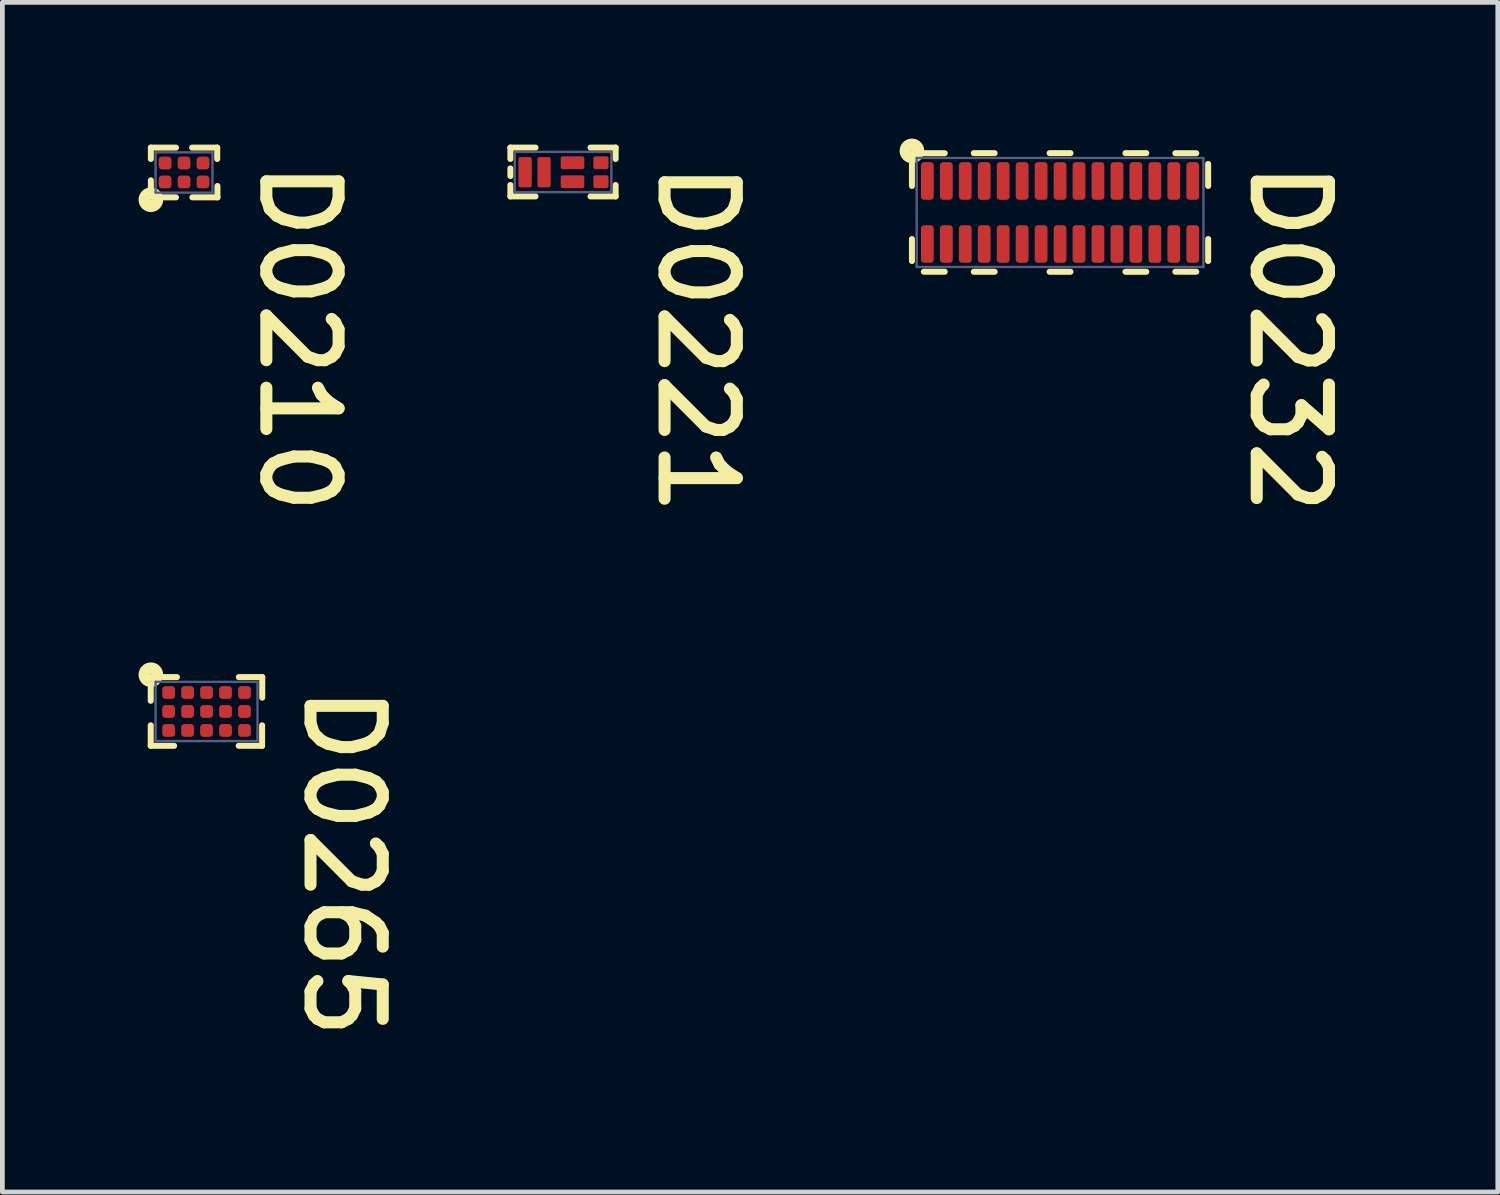
<source format=kicad_pcb>
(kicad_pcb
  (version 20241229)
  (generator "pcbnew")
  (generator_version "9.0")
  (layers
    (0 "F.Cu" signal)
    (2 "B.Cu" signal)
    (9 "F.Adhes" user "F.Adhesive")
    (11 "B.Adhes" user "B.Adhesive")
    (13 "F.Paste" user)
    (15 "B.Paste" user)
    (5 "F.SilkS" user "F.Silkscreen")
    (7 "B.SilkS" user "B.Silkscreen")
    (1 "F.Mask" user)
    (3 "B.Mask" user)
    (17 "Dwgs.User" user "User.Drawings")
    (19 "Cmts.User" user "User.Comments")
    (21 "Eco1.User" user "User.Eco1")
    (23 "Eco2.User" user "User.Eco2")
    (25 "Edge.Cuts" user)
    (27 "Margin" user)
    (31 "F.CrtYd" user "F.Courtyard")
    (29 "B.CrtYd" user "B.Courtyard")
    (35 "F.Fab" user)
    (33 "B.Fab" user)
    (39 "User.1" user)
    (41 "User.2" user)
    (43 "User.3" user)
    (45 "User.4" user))
  (footprint "D0265"
    (layer "F.Cu")
    (at 1.308 11.961)
    (property "Reference" "D0265" (at 1.994 -0.648 270) (unlocked yes) (layer "F.SilkS") (effects (font (size 1.524 1.524) (thickness 0.254)) (justify left bottom)))
    (attr smd)
    (fp_circle (center -0.8 -0.4) (end -0.75 -0.4) (stroke (width 0.1) (type solid)) (fill yes) (layer "F.Mask"))
    (fp_circle (center -0.8 0) (end -0.75 0) (stroke (width 0.1) (type solid)) (fill yes) (layer "F.Mask"))
    (fp_circle (center -0.8 0.4) (end -0.75 0.4) (stroke (width 0.1) (type solid)) (fill yes) (layer "F.Mask"))
    (fp_circle (center -0.4 -0.4) (end -0.35 -0.4) (stroke (width 0.1) (type solid)) (fill yes) (layer "F.Mask"))
    (fp_circle (center -0.4 0) (end -0.35 0) (stroke (width 0.1) (type solid)) (fill yes) (layer "F.Mask"))
    (fp_circle (center -0.4 0.4) (end -0.35 0.4) (stroke (width 0.1) (type solid)) (fill yes) (layer "F.Mask"))
    (fp_circle (center 0 -0.4) (end 0.05 -0.4) (stroke (width 0.1) (type solid)) (fill yes) (layer "F.Mask"))
    (fp_circle (center 0 0) (end 0.05 0) (stroke (width 0.1) (type solid)) (fill yes) (layer "F.Mask"))
    (fp_circle (center 0 0.4) (end 0.05 0.4) (stroke (width 0.1) (type solid)) (fill yes) (layer "F.Mask"))
    (fp_circle (center 0.4 -0.4) (end 0.45 -0.4) (stroke (width 0.1) (type solid)) (fill yes) (layer "F.Mask"))
    (fp_circle (center 0.4 0) (end 0.45 0) (stroke (width 0.1) (type solid)) (fill yes) (layer "F.Mask"))
    (fp_circle (center 0.4 0.4) (end 0.45 0.4) (stroke (width 0.1) (type solid)) (fill yes) (layer "F.Mask"))
    (fp_circle (center 0.8 -0.4) (end 0.85 -0.4) (stroke (width 0.1) (type solid)) (fill yes) (layer "F.Mask"))
    (fp_circle (center 0.8 0) (end 0.85 0) (stroke (width 0.1) (type solid)) (fill yes) (layer "F.Mask"))
    (fp_circle (center 0.8 0.4) (end 0.85 0.4) (stroke (width 0.1) (type solid)) (fill yes) (layer "F.Mask"))
    (fp_line (start -1.178 -0.5) (end -1.178 -0.225) (stroke (width 0.127) (type solid)) (layer "F.SilkS"))
    (fp_line (start -1.178 0.292) (end -1.178 0.725) (stroke (width 0.127) (type solid)) (layer "F.SilkS"))
    (fp_line (start -1.178 0.725) (end -0.684 0.725) (stroke (width 0.127) (type solid)) (layer "F.SilkS"))
    (fp_line (start -0.925 -0.725) (end -0.625 -0.725) (stroke (width 0.127) (type solid)) (layer "F.SilkS"))
    (fp_line (start 0.678 0.725) (end 1.172 0.725) (stroke (width 0.127) (type solid)) (layer "F.SilkS"))
    (fp_line (start 0.681 -0.725) (end 1.175 -0.725) (stroke (width 0.127) (type solid)) (layer "F.SilkS"))
    (fp_line (start 1.172 0.292) (end 1.172 0.725) (stroke (width 0.127) (type solid)) (layer "F.SilkS"))
    (fp_line (start 1.175 -0.725) (end 1.175 -0.292) (stroke (width 0.127) (type solid)) (layer "F.SilkS"))
    (fp_circle (center -1.175 -0.775) (end -1.169 -0.775) (stroke (width 0.254) (type solid)) (fill no) (layer "F.SilkS"))
    (fp_line (start -1.075 -0.625) (end -1.075 0.625) (stroke (width 0.05) (type solid)) (layer "B.Fab"))
    (fp_line (start -1.075 -0.625) (end 1.075 -0.625) (stroke (width 0.05) (type solid)) (layer "B.Fab"))
    (fp_line (start -1.075 0.625) (end 1.075 0.625) (stroke (width 0.05) (type solid)) (layer "B.Fab"))
    (fp_line (start 1.075 -0.625) (end 1.075 0.625) (stroke (width 0.05) (type solid)) (layer "B.Fab"))
    (pad "A1" smd roundrect (at -0.8 -0.4 180) (size 0.27 0.27) (layers "F.Cu" "F.Mask" "F.Paste") (roundrect_rratio 0.25))
    (pad "A2" smd roundrect (at -0.4 -0.4 180) (size 0.27 0.27) (layers "F.Cu" "F.Mask" "F.Paste") (roundrect_rratio 0.25))
    (pad "A3" smd roundrect (at 0 -0.4 180) (size 0.27 0.27) (layers "F.Cu" "F.Mask" "F.Paste") (roundrect_rratio 0.25))
    (pad "A4" smd roundrect (at 0.4 -0.4 180) (size 0.27 0.27) (layers "F.Cu" "F.Mask" "F.Paste") (roundrect_rratio 0.25))
    (pad "A5" smd roundrect (at 0.8 -0.4 180) (size 0.27 0.27) (layers "F.Cu" "F.Mask" "F.Paste") (roundrect_rratio 0.25))
    (pad "B1" smd roundrect (at -0.8 0 180) (size 0.27 0.27) (layers "F.Cu" "F.Mask" "F.Paste") (roundrect_rratio 0.25))
    (pad "B2" smd roundrect (at -0.4 0 180) (size 0.27 0.27) (layers "F.Cu" "F.Mask" "F.Paste") (roundrect_rratio 0.25))
    (pad "B3" smd roundrect (at 0 0 180) (size 0.27 0.27) (layers "F.Cu" "F.Mask" "F.Paste") (roundrect_rratio 0.25))
    (pad "B4" smd roundrect (at 0.4 0 180) (size 0.27 0.27) (layers "F.Cu" "F.Mask" "F.Paste") (roundrect_rratio 0.25))
    (pad "B5" smd roundrect (at 0.8 0 180) (size 0.27 0.27) (layers "F.Cu" "F.Mask" "F.Paste") (roundrect_rratio 0.25))
    (pad "C1" smd roundrect (at -0.8 0.4 180) (size 0.27 0.27) (layers "F.Cu" "F.Mask" "F.Paste") (roundrect_rratio 0.25))
    (pad "C2" smd roundrect (at -0.4 0.4 180) (size 0.27 0.27) (layers "F.Cu" "F.Mask" "F.Paste") (roundrect_rratio 0.25))
    (pad "C3" smd roundrect (at 0 0.4 180) (size 0.27 0.27) (layers "F.Cu" "F.Mask" "F.Paste") (roundrect_rratio 0.25))
    (pad "C4" smd roundrect (at 0.4 0.4 180) (size 0.27 0.27) (layers "F.Cu" "F.Mask" "F.Paste") (roundrect_rratio 0.25))
    (pad "C5" smd roundrect (at 0.8 0.4 180) (size 0.27 0.27) (layers "F.Cu" "F.Mask" "F.Paste") (roundrect_rratio 0.25)))
  (footprint "D0232"
    (layer "F.Cu")
    (at 19.316 1.433)
    (property "Reference" "D0232" (at 3.95 -1.181 270) (unlocked yes) (layer "F.SilkS") (effects (font (size 1.524 1.524) (thickness 0.254)) (justify left bottom)))
    (attr smd)
    (fp_line (start -2.8 -0.925) (end -2.8 -0.405) (stroke (width 0.18) (type solid)) (layer "F.Mask"))
    (fp_line (start -2.8 0.925) (end -2.8 0.405) (stroke (width 0.18) (type solid)) (layer "F.Mask"))
    (fp_line (start -2.4 -0.925) (end -2.4 -0.405) (stroke (width 0.18) (type solid)) (layer "F.Mask"))
    (fp_line (start -2.4 0.925) (end -2.4 0.405) (stroke (width 0.18) (type solid)) (layer "F.Mask"))
    (fp_line (start -2 -0.925) (end -2 -0.405) (stroke (width 0.18) (type solid)) (layer "F.Mask"))
    (fp_line (start -2 0.925) (end -2 0.405) (stroke (width 0.18) (type solid)) (layer "F.Mask"))
    (fp_line (start -1.6 -0.925) (end -1.6 -0.405) (stroke (width 0.18) (type solid)) (layer "F.Mask"))
    (fp_line (start -1.6 0.925) (end -1.6 0.405) (stroke (width 0.18) (type solid)) (layer "F.Mask"))
    (fp_line (start -1.2 -0.925) (end -1.2 -0.405) (stroke (width 0.18) (type solid)) (layer "F.Mask"))
    (fp_line (start -1.2 0.925) (end -1.2 0.405) (stroke (width 0.18) (type solid)) (layer "F.Mask"))
    (fp_line (start -0.8 -0.925) (end -0.8 -0.405) (stroke (width 0.18) (type solid)) (layer "F.Mask"))
    (fp_line (start -0.8 0.925) (end -0.8 0.405) (stroke (width 0.18) (type solid)) (layer "F.Mask"))
    (fp_line (start -0.4 -0.925) (end -0.4 -0.405) (stroke (width 0.18) (type solid)) (layer "F.Mask"))
    (fp_line (start -0.4 0.925) (end -0.4 0.405) (stroke (width 0.18) (type solid)) (layer "F.Mask"))
    (fp_line (start 0 -0.925) (end 0 -0.405) (stroke (width 0.18) (type solid)) (layer "F.Mask"))
    (fp_line (start 0 0.925) (end 0 0.405) (stroke (width 0.18) (type solid)) (layer "F.Mask"))
    (fp_line (start 0.4 -0.925) (end 0.4 -0.405) (stroke (width 0.18) (type solid)) (layer "F.Mask"))
    (fp_line (start 0.4 0.925) (end 0.4 0.405) (stroke (width 0.18) (type solid)) (layer "F.Mask"))
    (fp_line (start 0.8 -0.925) (end 0.8 -0.405) (stroke (width 0.18) (type solid)) (layer "F.Mask"))
    (fp_line (start 0.8 0.925) (end 0.8 0.405) (stroke (width 0.18) (type solid)) (layer "F.Mask"))
    (fp_line (start 1.2 -0.925) (end 1.2 -0.405) (stroke (width 0.18) (type solid)) (layer "F.Mask"))
    (fp_line (start 1.2 0.925) (end 1.2 0.405) (stroke (width 0.18) (type solid)) (layer "F.Mask"))
    (fp_line (start 1.6 -0.925) (end 1.6 -0.405) (stroke (width 0.18) (type solid)) (layer "F.Mask"))
    (fp_line (start 1.6 0.925) (end 1.6 0.405) (stroke (width 0.18) (type solid)) (layer "F.Mask"))
    (fp_line (start 2 -0.925) (end 2 -0.405) (stroke (width 0.18) (type solid)) (layer "F.Mask"))
    (fp_line (start 2 0.925) (end 2 0.405) (stroke (width 0.18) (type solid)) (layer "F.Mask"))
    (fp_line (start 2.4 -0.925) (end 2.4 -0.405) (stroke (width 0.18) (type solid)) (layer "F.Mask"))
    (fp_line (start 2.4 0.925) (end 2.4 0.405) (stroke (width 0.18) (type solid)) (layer "F.Mask"))
    (fp_line (start 2.8 -0.925) (end 2.8 -0.405) (stroke (width 0.18) (type solid)) (layer "F.Mask"))
    (fp_line (start 2.8 0.925) (end 2.8 0.405) (stroke (width 0.18) (type solid)) (layer "F.Mask"))
    (fp_line (start -3.125 -1.025) (end -3.125 -0.56) (stroke (width 0.127) (type solid)) (layer "F.SilkS"))
    (fp_line (start -3.125 0.56) (end -3.125 1.025) (stroke (width 0.127) (type solid)) (layer "F.SilkS"))
    (fp_line (start -2.874 -1.25) (end -2.433 -1.25) (stroke (width 0.127) (type solid)) (layer "F.SilkS"))
    (fp_line (start -2.874 1.25) (end -2.433 1.25) (stroke (width 0.127) (type solid)) (layer "F.SilkS"))
    (fp_line (start -1.82 -1.252) (end -1.38 -1.252) (stroke (width 0.127) (type solid)) (layer "F.SilkS"))
    (fp_line (start -1.82 1.251) (end -1.38 1.251) (stroke (width 0.127) (type solid)) (layer "F.SilkS"))
    (fp_line (start -0.22 -1.252) (end 0.22 -1.252) (stroke (width 0.127) (type solid)) (layer "F.SilkS"))
    (fp_line (start -0.22 1.251) (end 0.22 1.251) (stroke (width 0.127) (type solid)) (layer "F.SilkS"))
    (fp_line (start 1.38 -1.252) (end 1.82 -1.252) (stroke (width 0.127) (type solid)) (layer "F.SilkS"))
    (fp_line (start 1.38 1.251) (end 1.82 1.251) (stroke (width 0.127) (type solid)) (layer "F.SilkS"))
    (fp_line (start 2.433 -1.25) (end 2.874 -1.25) (stroke (width 0.127) (type solid)) (layer "F.SilkS"))
    (fp_line (start 2.433 1.25) (end 2.874 1.25) (stroke (width 0.127) (type solid)) (layer "F.SilkS"))
    (fp_line (start 3.125 -1.025) (end 3.125 -0.56) (stroke (width 0.127) (type solid)) (layer "F.SilkS"))
    (fp_line (start 3.125 0.56) (end 3.125 1.025) (stroke (width 0.127) (type solid)) (layer "F.SilkS"))
    (fp_circle (center -3.125 -1.3) (end -3.119 -1.3) (stroke (width 0.254) (type solid)) (fill no) (layer "F.SilkS"))
    (fp_line (start -3.025 -1.15) (end -3.025 1.15) (stroke (width 0.05) (type solid)) (layer "B.Fab"))
    (fp_line (start -3.025 -1.15) (end 3.025 -1.15) (stroke (width 0.05) (type solid)) (layer "B.Fab"))
    (fp_line (start -3.025 1.15) (end 3.025 1.15) (stroke (width 0.05) (type solid)) (layer "B.Fab"))
    (fp_line (start 3.025 -1.15) (end 3.025 1.15) (stroke (width 0.05) (type solid)) (layer "B.Fab"))
    (pad "1" smd roundrect (at -2.8 -0.665) (size 0.27 0.794) (layers "F.Cu" "F.Mask" "F.Paste") (roundrect_rratio 0.25))
    (pad "2" smd roundrect (at -2.8 0.665) (size 0.27 0.794) (layers "F.Cu" "F.Mask" "F.Paste") (roundrect_rratio 0.25))
    (pad "3" smd roundrect (at -2.4 -0.665) (size 0.27 0.794) (layers "F.Cu" "F.Mask" "F.Paste") (roundrect_rratio 0.25))
    (pad "4" smd roundrect (at -2.4 0.665) (size 0.27 0.794) (layers "F.Cu" "F.Mask" "F.Paste") (roundrect_rratio 0.25))
    (pad "5" smd roundrect (at -2 -0.665) (size 0.27 0.794) (layers "F.Cu" "F.Mask" "F.Paste") (roundrect_rratio 0.25))
    (pad "6" smd roundrect (at -2 0.665) (size 0.27 0.794) (layers "F.Cu" "F.Mask" "F.Paste") (roundrect_rratio 0.25))
    (pad "7" smd roundrect (at -1.6 -0.665) (size 0.27 0.794) (layers "F.Cu" "F.Mask" "F.Paste") (roundrect_rratio 0.25))
    (pad "8" smd roundrect (at -1.6 0.665) (size 0.27 0.794) (layers "F.Cu" "F.Mask" "F.Paste") (roundrect_rratio 0.25))
    (pad "9" smd roundrect (at -1.2 -0.665) (size 0.27 0.795) (layers "F.Cu" "F.Mask" "F.Paste") (roundrect_rratio 0.25))
    (pad "10" smd roundrect (at -1.2 0.665) (size 0.27 0.794) (layers "F.Cu" "F.Mask" "F.Paste") (roundrect_rratio 0.25))
    (pad "11" smd roundrect (at -0.8 -0.665) (size 0.27 0.794) (layers "F.Cu" "F.Mask" "F.Paste") (roundrect_rratio 0.25))
    (pad "12" smd roundrect (at -0.8 0.665) (size 0.27 0.794) (layers "F.Cu" "F.Mask" "F.Paste") (roundrect_rratio 0.25))
    (pad "13" smd roundrect (at -0.4 -0.665) (size 0.27 0.794) (layers "F.Cu" "F.Mask" "F.Paste") (roundrect_rratio 0.25))
    (pad "14" smd roundrect (at -0.4 0.665) (size 0.27 0.794) (layers "F.Cu" "F.Mask" "F.Paste") (roundrect_rratio 0.25))
    (pad "15" smd roundrect (at 0 -0.665) (size 0.27 0.794) (layers "F.Cu" "F.Mask" "F.Paste") (roundrect_rratio 0.25))
    (pad "16" smd roundrect (at 0 0.665) (size 0.27 0.794) (layers "F.Cu" "F.Mask" "F.Paste") (roundrect_rratio 0.25))
    (pad "17" smd roundrect (at 0.4 -0.665) (size 0.27 0.794) (layers "F.Cu" "F.Mask" "F.Paste") (roundrect_rratio 0.25))
    (pad "18" smd roundrect (at 0.4 0.665) (size 0.27 0.794) (layers "F.Cu" "F.Mask" "F.Paste") (roundrect_rratio 0.25))
    (pad "19" smd roundrect (at 0.8 -0.665) (size 0.27 0.794) (layers "F.Cu" "F.Mask" "F.Paste") (roundrect_rratio 0.25))
    (pad "20" smd roundrect (at 0.8 0.665) (size 0.27 0.794) (layers "F.Cu" "F.Mask" "F.Paste") (roundrect_rratio 0.25))
    (pad "21" smd roundrect (at 1.2 -0.665) (size 0.27 0.794) (layers "F.Cu" "F.Mask" "F.Paste") (roundrect_rratio 0.25))
    (pad "22" smd roundrect (at 1.2 0.665) (size 0.27 0.794) (layers "F.Cu" "F.Mask" "F.Paste") (roundrect_rratio 0.25))
    (pad "23" smd roundrect (at 1.6 -0.665) (size 0.27 0.794) (layers "F.Cu" "F.Mask" "F.Paste") (roundrect_rratio 0.25))
    (pad "24" smd roundrect (at 1.6 0.665) (size 0.27 0.794) (layers "F.Cu" "F.Mask" "F.Paste") (roundrect_rratio 0.25))
    (pad "25" smd roundrect (at 2 -0.665) (size 0.27 0.794) (layers "F.Cu" "F.Mask" "F.Paste") (roundrect_rratio 0.25))
    (pad "26" smd roundrect (at 2 0.665) (size 0.27 0.794) (layers "F.Cu" "F.Mask" "F.Paste") (roundrect_rratio 0.25))
    (pad "27" smd roundrect (at 2.4 -0.665) (size 0.27 0.794) (layers "F.Cu" "F.Mask" "F.Paste") (roundrect_rratio 0.25))
    (pad "28" smd roundrect (at 2.4 0.665) (size 0.27 0.794) (layers "F.Cu" "F.Mask" "F.Paste") (roundrect_rratio 0.25))
    (pad "29" smd roundrect (at 2.8 -0.665) (size 0.27 0.794) (layers "F.Cu" "F.Mask" "F.Paste") (roundrect_rratio 0.25))
    (pad "30" smd roundrect (at 2.8 0.665) (size 0.27 0.794) (layers "F.Cu" "F.Mask" "F.Paste") (roundrect_rratio 0.25)))
  (footprint "D0210"
    (layer "F.Cu")
    (at 0.833 0.589)
    (property "Reference" "D0210" (at 1.537 -0.343 270) (unlocked yes) (layer "F.SilkS") (effects (font (size 1.524 1.524) (thickness 0.254)) (justify left bottom)))
    (attr smd)
    (fp_circle (center -0.4 -0.2) (end -0.35 -0.2) (stroke (width 0.1) (type solid)) (fill yes) (layer "F.Mask"))
    (fp_circle (center -0.4 0.2) (end -0.35 0.2) (stroke (width 0.1) (type solid)) (fill yes) (layer "F.Mask"))
    (fp_circle (center 0 -0.2) (end 0.05 -0.2) (stroke (width 0.1) (type solid)) (fill yes) (layer "F.Mask"))
    (fp_circle (center 0 0.2) (end 0.05 0.2) (stroke (width 0.1) (type solid)) (fill yes) (layer "F.Mask"))
    (fp_circle (center 0.4 -0.2) (end 0.45 -0.2) (stroke (width 0.1) (type solid)) (fill yes) (layer "F.Mask"))
    (fp_circle (center 0.4 0.2) (end 0.45 0.2) (stroke (width 0.1) (type solid)) (fill yes) (layer "F.Mask"))
    (fp_line (start -0.7 -0.525) (end -0.7 -0.285) (stroke (width 0.127) (type solid)) (layer "F.SilkS"))
    (fp_line (start -0.7 -0.525) (end -0.17 -0.525) (stroke (width 0.127) (type solid)) (layer "F.SilkS"))
    (fp_line (start -0.7 0.165) (end -0.7 0.325) (stroke (width 0.127) (type solid)) (layer "F.SilkS"))
    (fp_line (start -0.449 0.525) (end -0.17 0.525) (stroke (width 0.127) (type solid)) (layer "F.SilkS"))
    (fp_line (start 0.17 -0.525) (end 0.7 -0.525) (stroke (width 0.127) (type solid)) (layer "F.SilkS"))
    (fp_line (start 0.175 0.525) (end 0.705 0.525) (stroke (width 0.127) (type solid)) (layer "F.SilkS"))
    (fp_line (start 0.7 -0.525) (end 0.7 -0.285) (stroke (width 0.127) (type solid)) (layer "F.SilkS"))
    (fp_line (start 0.705 0.285) (end 0.705 0.525) (stroke (width 0.127) (type solid)) (layer "F.SilkS"))
    (fp_circle (center -0.7 0.575) (end -0.694 0.575) (stroke (width 0.254) (type solid)) (fill no) (layer "F.SilkS"))
    (fp_line (start -0.6 -0.425) (end -0.6 0.425) (stroke (width 0.05) (type solid)) (layer "B.Fab"))
    (fp_line (start -0.6 -0.425) (end 0.6 -0.425) (stroke (width 0.05) (type solid)) (layer "B.Fab"))
    (fp_line (start -0.6 0.425) (end 0.6 0.425) (stroke (width 0.05) (type solid)) (layer "B.Fab"))
    (fp_line (start 0.6 -0.425) (end 0.6 0.425) (stroke (width 0.05) (type solid)) (layer "B.Fab"))
    (pad "1" smd roundrect (at -0.4 0.2) (size 0.27 0.27) (layers "F.Cu" "F.Mask" "F.Paste") (roundrect_rratio 0.25))
    (pad "2" smd roundrect (at 0 0.2) (size 0.27 0.27) (layers "F.Cu" "F.Mask" "F.Paste") (roundrect_rratio 0.25))
    (pad "3" smd roundrect (at 0.4 0.2) (size 0.27 0.27) (layers "F.Cu" "F.Mask" "F.Paste") (roundrect_rratio 0.25))
    (pad "4" smd roundrect (at -0.4 -0.2) (size 0.27 0.27) (layers "F.Cu" "F.Mask" "F.Paste") (roundrect_rratio 0.25))
    (pad "5" smd roundrect (at 0 -0.2) (size 0.27 0.27) (layers "F.Cu" "F.Mask" "F.Paste") (roundrect_rratio 0.25))
    (pad "6" smd roundrect (at 0.4 -0.2) (size 0.27 0.27) (layers "F.Cu" "F.Mask" "F.Paste") (roundrect_rratio 0.25)))
  (footprint "D0221"
    (layer "F.Cu")
    (at 8.829 0.584)
    (property "Reference" "D0221" (at 1.943 -0.318 270) (unlocked yes) (layer "F.SilkS") (effects (font (size 1.524 1.524) (thickness 0.254)) (justify left bottom)))
    (attr smd)
    (fp_line (start -0.8 0.19) (end -0.8 -0.19) (stroke (width 0.19) (type solid)) (layer "F.Mask"))
    (fp_line (start -0.4 0.19) (end -0.4 -0.19) (stroke (width 0.19) (type solid)) (layer "F.Mask"))
    (fp_line (start 0.325 -0.2) (end 0.075 -0.2) (stroke (width 0.19) (type solid)) (layer "F.Mask"))
    (fp_line (start 0.325 0.2) (end 0.075 0.2) (stroke (width 0.19) (type solid)) (layer "F.Mask"))
    (fp_circle (center 0.8 -0.2) (end 0.848 -0.2) (stroke (width 0.095) (type solid)) (fill yes) (layer "F.Mask"))
    (fp_circle (center 0.8 0.2) (end 0.848 0.2) (stroke (width 0.095) (type solid)) (fill yes) (layer "F.Mask"))
    (fp_line (start -1.11 -0.52) (end -1.11 -0.28) (stroke (width 0.127) (type solid)) (layer "F.SilkS"))
    (fp_line (start -1.11 -0.52) (end -0.58 -0.52) (stroke (width 0.127) (type solid)) (layer "F.SilkS"))
    (fp_line (start -1.11 -0.08) (end -1.11 0.08) (stroke (width 0.127) (type solid)) (layer "F.SilkS"))
    (fp_line (start -1.11 0.27) (end -1.11 0.51) (stroke (width 0.127) (type solid)) (layer "F.SilkS"))
    (fp_line (start -1.11 0.51) (end -0.58 0.51) (stroke (width 0.127) (type solid)) (layer "F.SilkS"))
    (fp_line (start 0.58 -0.52) (end 1.11 -0.52) (stroke (width 0.127) (type solid)) (layer "F.SilkS"))
    (fp_line (start 0.58 0.51) (end 1.11 0.51) (stroke (width 0.127) (type solid)) (layer "F.SilkS"))
    (fp_line (start 1.11 -0.52) (end 1.11 -0.28) (stroke (width 0.127) (type solid)) (layer "F.SilkS"))
    (fp_line (start 1.11 0.27) (end 1.11 0.51) (stroke (width 0.127) (type solid)) (layer "F.SilkS"))
    (fp_line (start -1.02 -0.43) (end -1.02 0.42) (stroke (width 0.05) (type solid)) (layer "B.Fab"))
    (fp_line (start -1.02 -0.43) (end 1.02 -0.43) (stroke (width 0.05) (type solid)) (layer "B.Fab"))
    (fp_line (start -1.02 0.42) (end 1.02 0.42) (stroke (width 0.05) (type solid)) (layer "B.Fab"))
    (fp_line (start 1.02 -0.43) (end 1.02 0.42) (stroke (width 0.05) (type solid)) (layer "B.Fab"))
    (pad "1" smd roundrect (at -0.8 0 180) (size 0.28 0.64) (layers "F.Cu" "F.Mask" "F.Paste") (roundrect_rratio 0.15))
    (pad "2" smd roundrect (at -0.4 0 180) (size 0.28 0.64) (layers "F.Cu" "F.Mask" "F.Paste") (roundrect_rratio 0.15))
    (pad "3" smd roundrect (at 0.2 0.2 270) (size 0.27 0.498) (layers "F.Cu" "F.Mask" "F.Paste") (roundrect_rratio 0.15))
    (pad "4" smd roundrect (at 0.2 -0.2 270) (size 0.27 0.498) (layers "F.Cu" "F.Mask" "F.Paste") (roundrect_rratio 0.15))
    (pad "5" smd roundrect (at 0.8 0.2 180) (size 0.32 0.27) (layers "F.Cu" "F.Mask" "F.Paste") (roundrect_rratio 0.15))
    (pad "6" smd roundrect (at 0.8 -0.2 180) (size 0.32 0.27) (layers "F.Cu" "F.Mask" "F.Paste") (roundrect_rratio 0.15)))
  (gr_rect
    (start -3 -3)
    (end 28.552 22.1)
    (stroke (width 0.1) (type default))
    (fill no)
    (layer "Edge.Cuts")))
</source>
